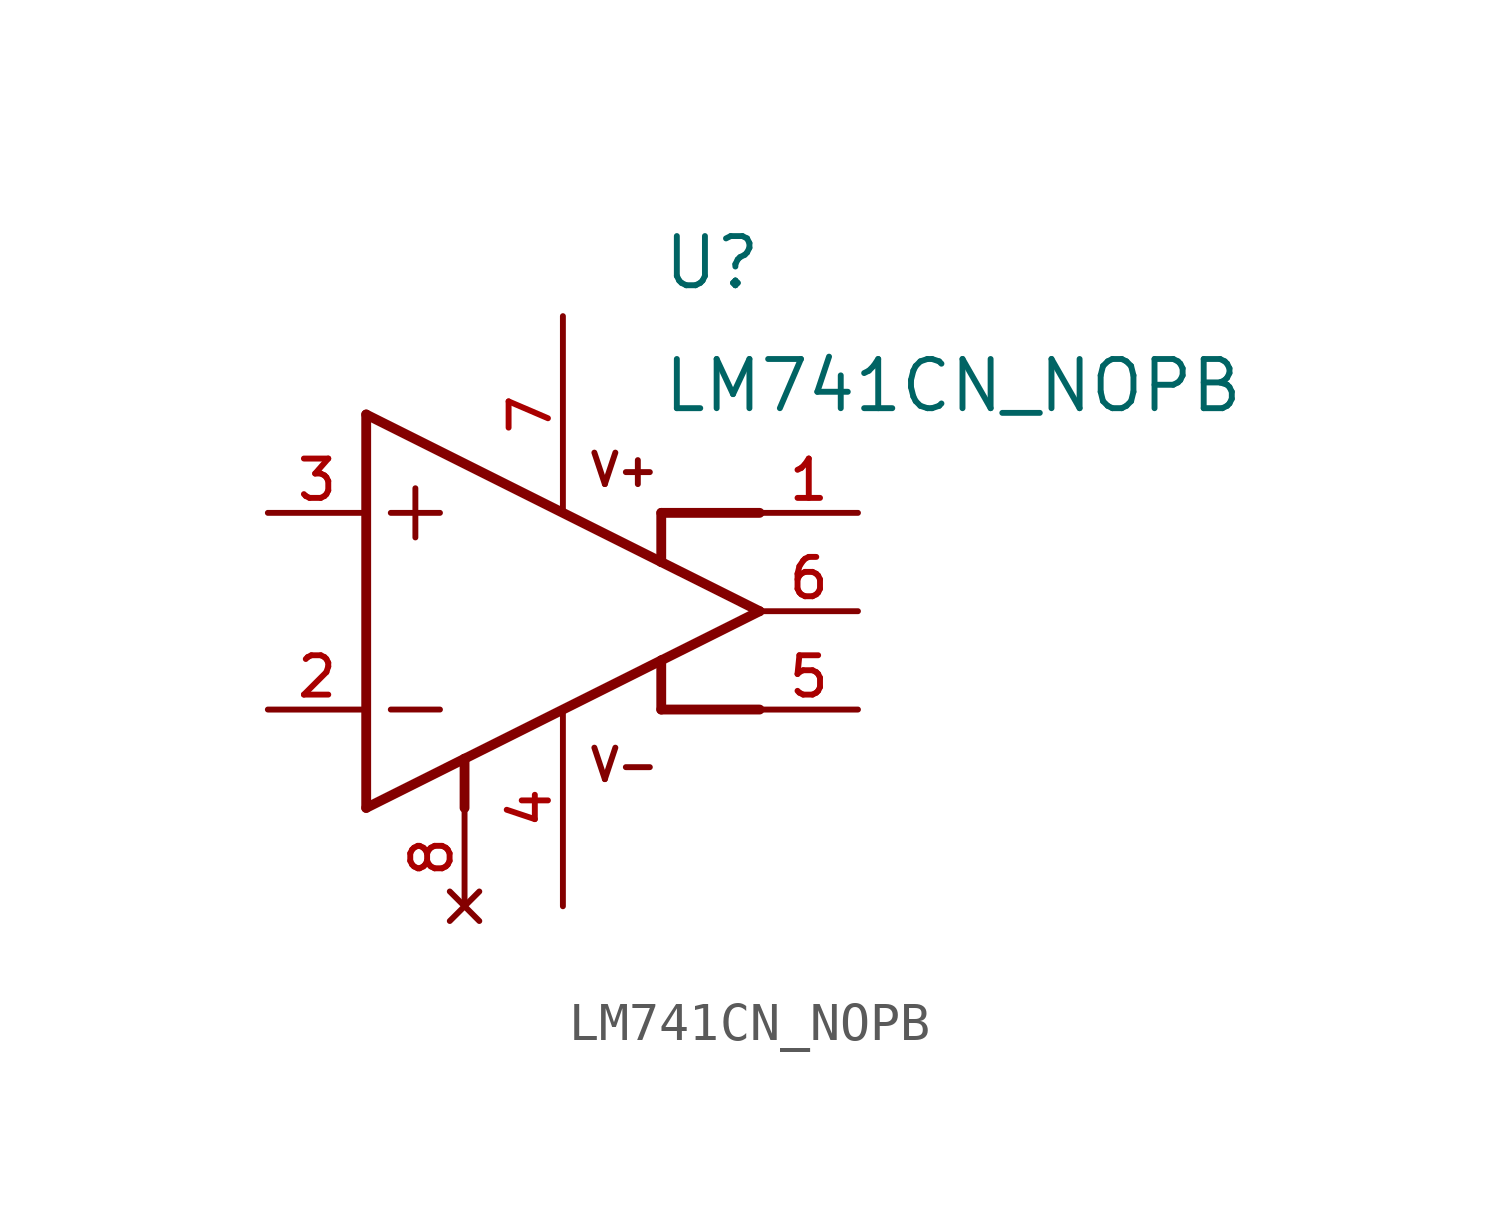
<source format=kicad_sym>
(kicad_symbol_lib
  (version 20211014)
  (generator kicad_symbol_editor)
  (symbol "LM741CN_NOPB"
    (pin_names
      (offset 1.016))
    (property "Reference" "U"
      (at 2.54 8.255 0)
      (effects (font (size 1.27 1.27)) (justify bottom left)))
    (property "Value" "LM741CN_NOPB"
      (at 2.54 5.08 0)
      (effects (font (size 1.27 1.27)) (justify bottom left)))
    (symbol "LM741CN_NOPB_0_0"
      (polyline (pts (xy -5.08 5.08) (xy -5.08 -5.08)) (stroke (width 0.254)))
      (polyline (pts (xy -5.08 -5.08) (xy -2.54 -3.81)) (stroke (width 0.254)))
      (polyline (pts (xy -2.54 -3.81) (xy 2.54 -1.27)) (stroke (width 0.254)))
      (polyline (pts (xy 2.54 -1.27) (xy 5.08 0.0)) (stroke (width 0.254)))
      (polyline (pts (xy 5.08 0.0) (xy 2.54 1.27)) (stroke (width 0.254)))
      (polyline (pts (xy 2.54 1.27) (xy -5.08 5.08)) (stroke (width 0.254)))
      (polyline (pts (xy -3.81 3.175) (xy -3.81 1.905)) (stroke (width 0.152)))
      (polyline (pts (xy -4.445 2.54) (xy -3.175 2.54)) (stroke (width 0.152)))
      (polyline (pts (xy -4.445 -2.54) (xy -3.175 -2.54)) (stroke (width 0.152)))
      (text "V+" (at 0.635 3.175 0) (effects (font (size 0.813 0.813)) (justify bottom left)))
      (text "V-" (at 0.635 -4.445 0) (effects (font (size 0.813 0.813)) (justify bottom left)))
      (polyline (pts (xy 5.08 2.54) (xy 2.54 2.54)) (stroke (width 0.254)))
      (polyline (pts (xy 2.54 2.54) (xy 2.54 1.27)) (stroke (width 0.254)))
      (polyline (pts (xy 5.08 -2.54) (xy 2.54 -2.54)) (stroke (width 0.254)))
      (polyline (pts (xy 2.54 -2.54) (xy 2.54 -1.27)) (stroke (width 0.254)))
      (polyline (pts (xy -2.54 -5.08) (xy -2.54 -3.81)) (stroke (width 0.254)))
      (pin input line (at -7.62 -2.54 0) (length 2.54) (name "~" (effects (font (size 1.016 1.016)))) (number "2" (effects (font (size 1.016 1.016)))))
      (pin input line (at -7.62 2.54 0) (length 2.54) (name "~" (effects (font (size 1.016 1.016)))) (number "3" (effects (font (size 1.016 1.016)))))
      (pin output line (at 7.62 0.0 180.0) (length 2.54) (name "~" (effects (font (size 1.016 1.016)))) (number "6" (effects (font (size 1.016 1.016)))))
      (pin power_in line (at 0.0 7.62 270.0) (length 5.08) (name "~" (effects (font (size 1.016 1.016)))) (number "7" (effects (font (size 1.016 1.016)))))
      (pin power_in line (at 0.0 -7.62 90.0) (length 5.08) (name "~" (effects (font (size 1.016 1.016)))) (number "4" (effects (font (size 1.016 1.016)))))
      (pin input line (at 7.62 2.54 180.0) (length 2.54) (name "~" (effects (font (size 1.016 1.016)))) (number "1" (effects (font (size 1.016 1.016)))))
      (pin input line (at 7.62 -2.54 180.0) (length 2.54) (name "~" (effects (font (size 1.016 1.016)))) (number "5" (effects (font (size 1.016 1.016)))))
      (pin no_connect line (at -2.54 -7.62 90.0) (length 2.54) (name "~" (effects (font (size 1.016 1.016)))) (number "8" (effects (font (size 1.016 1.016))))))))
</source>
